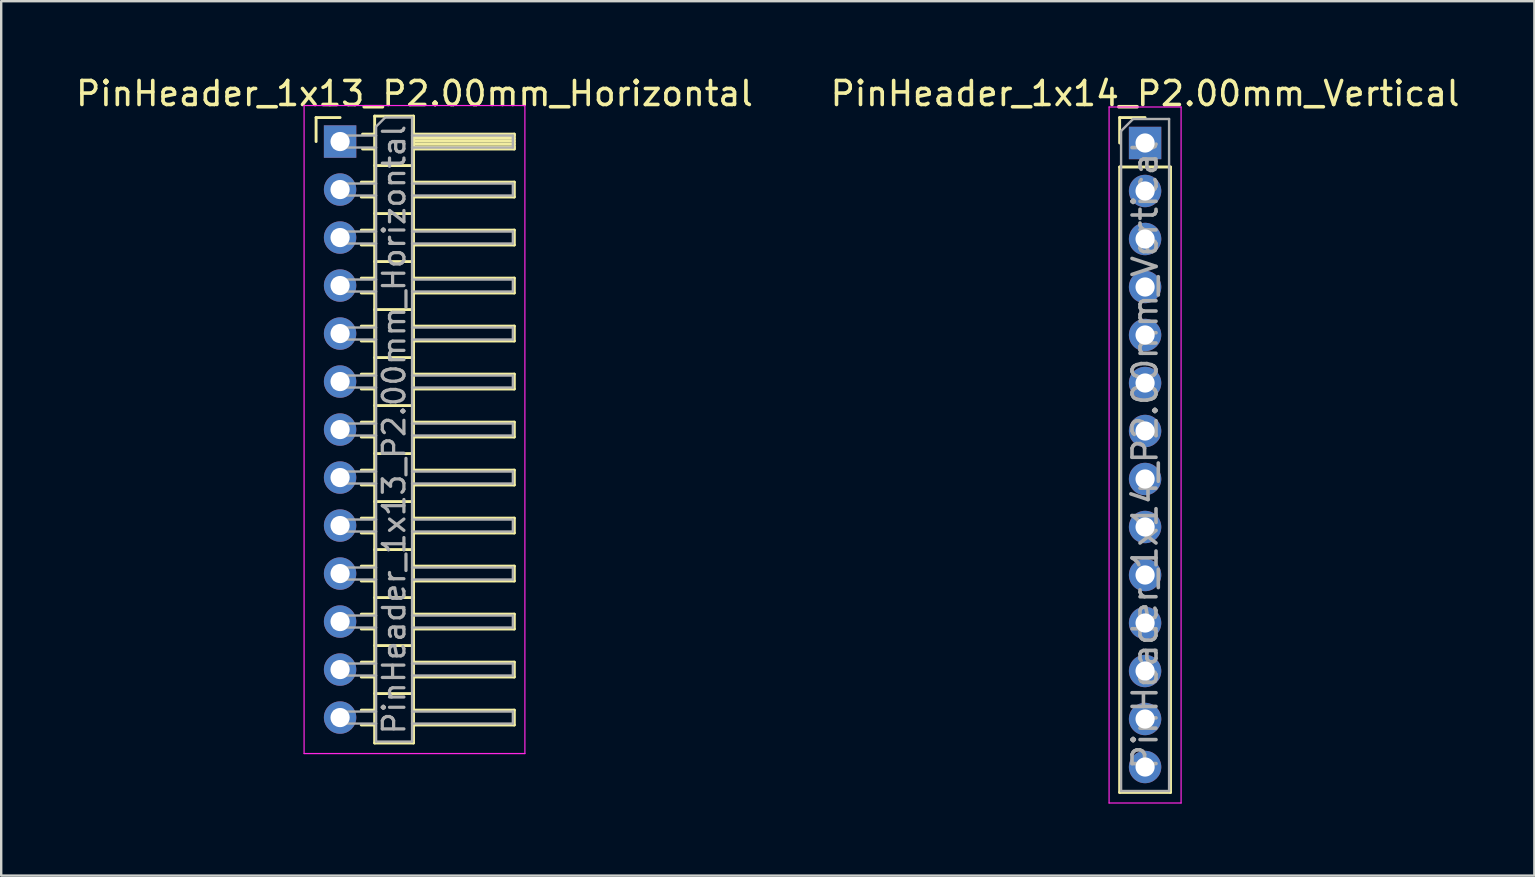
<source format=kicad_pcb>
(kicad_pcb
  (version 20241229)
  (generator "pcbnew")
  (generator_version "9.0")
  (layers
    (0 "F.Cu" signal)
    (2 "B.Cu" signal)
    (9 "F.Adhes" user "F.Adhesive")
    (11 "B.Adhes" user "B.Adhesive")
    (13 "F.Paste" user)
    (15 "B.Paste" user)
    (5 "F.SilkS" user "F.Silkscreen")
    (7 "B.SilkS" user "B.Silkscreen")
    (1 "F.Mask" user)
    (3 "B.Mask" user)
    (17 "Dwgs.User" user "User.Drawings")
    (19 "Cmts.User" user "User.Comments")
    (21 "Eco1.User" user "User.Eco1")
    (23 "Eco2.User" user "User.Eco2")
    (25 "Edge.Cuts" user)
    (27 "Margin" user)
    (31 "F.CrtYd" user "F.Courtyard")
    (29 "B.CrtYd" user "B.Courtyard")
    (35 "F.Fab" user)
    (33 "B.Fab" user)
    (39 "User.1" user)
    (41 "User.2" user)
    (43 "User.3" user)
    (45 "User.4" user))
  (footprint "PinHeader_1x14_P2.00mm_Vertical"
    (layer "F.Cu")
    (at 44.661 2.908)
    (property "Reference" "PinHeader_1x14_P2.00mm_Vertical" (at 0 -2.06 0) (layer "F.SilkS") (effects (font (size 1 1) (thickness 0.15))))
    (attr through_hole)
    (fp_line (start -1.06 -1.06) (end 0 -1.06) (stroke (width 0.12) (type solid)) (layer "F.SilkS"))
    (fp_line (start -1.06 0) (end -1.06 -1.06) (stroke (width 0.12) (type solid)) (layer "F.SilkS"))
    (fp_line (start -1.06 1) (end -1.06 27.06) (stroke (width 0.12) (type solid)) (layer "F.SilkS"))
    (fp_line (start -1.06 1) (end 1.06 1) (stroke (width 0.12) (type solid)) (layer "F.SilkS"))
    (fp_line (start -1.06 27.06) (end 1.06 27.06) (stroke (width 0.12) (type solid)) (layer "F.SilkS"))
    (fp_line (start 1.06 1) (end 1.06 27.06) (stroke (width 0.12) (type solid)) (layer "F.SilkS"))
    (fp_line (start -1.5 -1.5) (end -1.5 27.5) (stroke (width 0.05) (type solid)) (layer "F.CrtYd"))
    (fp_line (start -1.5 27.5) (end 1.5 27.5) (stroke (width 0.05) (type solid)) (layer "F.CrtYd"))
    (fp_line (start 1.5 -1.5) (end -1.5 -1.5) (stroke (width 0.05) (type solid)) (layer "F.CrtYd"))
    (fp_line (start 1.5 27.5) (end 1.5 -1.5) (stroke (width 0.05) (type solid)) (layer "F.CrtYd"))
    (fp_line (start -1 -0.5) (end -0.5 -1) (stroke (width 0.1) (type solid)) (layer "F.Fab"))
    (fp_line (start -1 27) (end -1 -0.5) (stroke (width 0.1) (type solid)) (layer "F.Fab"))
    (fp_line (start -0.5 -1) (end 1 -1) (stroke (width 0.1) (type solid)) (layer "F.Fab"))
    (fp_line (start 1 -1) (end 1 27) (stroke (width 0.1) (type solid)) (layer "F.Fab"))
    (fp_line (start 1 27) (end -1 27) (stroke (width 0.1) (type solid)) (layer "F.Fab"))
    (fp_text user "${REFERENCE}" (at 0 13 90) (layer "F.Fab") (effects (font (size 1 1) (thickness 0.15))))
    (pad "1" thru_hole rect (at 0 0) (size 1.35 1.35) (drill 0.8) (layers "*.Cu" "*.Mask"))
    (pad "2" thru_hole oval (at 0 2) (size 1.35 1.35) (drill 0.8) (layers "*.Cu" "*.Mask"))
    (pad "3" thru_hole oval (at 0 4) (size 1.35 1.35) (drill 0.8) (layers "*.Cu" "*.Mask"))
    (pad "4" thru_hole oval (at 0 6) (size 1.35 1.35) (drill 0.8) (layers "*.Cu" "*.Mask"))
    (pad "5" thru_hole oval (at 0 8) (size 1.35 1.35) (drill 0.8) (layers "*.Cu" "*.Mask"))
    (pad "6" thru_hole oval (at 0 10) (size 1.35 1.35) (drill 0.8) (layers "*.Cu" "*.Mask"))
    (pad "7" thru_hole oval (at 0 12) (size 1.35 1.35) (drill 0.8) (layers "*.Cu" "*.Mask"))
    (pad "8" thru_hole oval (at 0 14) (size 1.35 1.35) (drill 0.8) (layers "*.Cu" "*.Mask"))
    (pad "9" thru_hole oval (at 0 16) (size 1.35 1.35) (drill 0.8) (layers "*.Cu" "*.Mask"))
    (pad "10" thru_hole oval (at 0 18) (size 1.35 1.35) (drill 0.8) (layers "*.Cu" "*.Mask"))
    (pad "11" thru_hole oval (at 0 20) (size 1.35 1.35) (drill 0.8) (layers "*.Cu" "*.Mask"))
    (pad "12" thru_hole oval (at 0 22) (size 1.35 1.35) (drill 0.8) (layers "*.Cu" "*.Mask"))
    (pad "13" thru_hole oval (at 0 24) (size 1.35 1.35) (drill 0.8) (layers "*.Cu" "*.Mask"))
    (pad "14" thru_hole oval (at 0 26) (size 1.35 1.35) (drill 0.8) (layers "*.Cu" "*.Mask")))
  (footprint "PinHeader_1x13_P2.00mm_Horizontal"
    (layer "F.Cu")
    (at 11.12 2.848)
    (property "Reference" "PinHeader_1x13_P2.00mm_Horizontal" (at 3.1 -2 0) (layer "F.SilkS") (effects (font (size 1 1) (thickness 0.15))))
    (attr through_hole)
    (fp_line (start -1 -1) (end 0 -1) (stroke (width 0.12) (type solid)) (layer "F.SilkS"))
    (fp_line (start -1 0) (end -1 -1) (stroke (width 0.12) (type solid)) (layer "F.SilkS"))
    (fp_line (start 0.882 1.69) (end 1.44 1.69) (stroke (width 0.12) (type solid)) (layer "F.SilkS"))
    (fp_line (start 0.882 2.31) (end 1.44 2.31) (stroke (width 0.12) (type solid)) (layer "F.SilkS"))
    (fp_line (start 0.882 3.69) (end 1.44 3.69) (stroke (width 0.12) (type solid)) (layer "F.SilkS"))
    (fp_line (start 0.882 4.31) (end 1.44 4.31) (stroke (width 0.12) (type solid)) (layer "F.SilkS"))
    (fp_line (start 0.882 5.69) (end 1.44 5.69) (stroke (width 0.12) (type solid)) (layer "F.SilkS"))
    (fp_line (start 0.882 6.31) (end 1.44 6.31) (stroke (width 0.12) (type solid)) (layer "F.SilkS"))
    (fp_line (start 0.882 7.69) (end 1.44 7.69) (stroke (width 0.12) (type solid)) (layer "F.SilkS"))
    (fp_line (start 0.882 8.31) (end 1.44 8.31) (stroke (width 0.12) (type solid)) (layer "F.SilkS"))
    (fp_line (start 0.882 9.69) (end 1.44 9.69) (stroke (width 0.12) (type solid)) (layer "F.SilkS"))
    (fp_line (start 0.882 10.31) (end 1.44 10.31) (stroke (width 0.12) (type solid)) (layer "F.SilkS"))
    (fp_line (start 0.882 11.69) (end 1.44 11.69) (stroke (width 0.12) (type solid)) (layer "F.SilkS"))
    (fp_line (start 0.882 12.31) (end 1.44 12.31) (stroke (width 0.12) (type solid)) (layer "F.SilkS"))
    (fp_line (start 0.882 13.69) (end 1.44 13.69) (stroke (width 0.12) (type solid)) (layer "F.SilkS"))
    (fp_line (start 0.882 14.31) (end 1.44 14.31) (stroke (width 0.12) (type solid)) (layer "F.SilkS"))
    (fp_line (start 0.882 15.69) (end 1.44 15.69) (stroke (width 0.12) (type solid)) (layer "F.SilkS"))
    (fp_line (start 0.882 16.31) (end 1.44 16.31) (stroke (width 0.12) (type solid)) (layer "F.SilkS"))
    (fp_line (start 0.882 17.69) (end 1.44 17.69) (stroke (width 0.12) (type solid)) (layer "F.SilkS"))
    (fp_line (start 0.882 18.31) (end 1.44 18.31) (stroke (width 0.12) (type solid)) (layer "F.SilkS"))
    (fp_line (start 0.882 19.69) (end 1.44 19.69) (stroke (width 0.12) (type solid)) (layer "F.SilkS"))
    (fp_line (start 0.882 20.31) (end 1.44 20.31) (stroke (width 0.12) (type solid)) (layer "F.SilkS"))
    (fp_line (start 0.882 21.69) (end 1.44 21.69) (stroke (width 0.12) (type solid)) (layer "F.SilkS"))
    (fp_line (start 0.882 22.31) (end 1.44 22.31) (stroke (width 0.12) (type solid)) (layer "F.SilkS"))
    (fp_line (start 0.882 23.69) (end 1.44 23.69) (stroke (width 0.12) (type solid)) (layer "F.SilkS"))
    (fp_line (start 0.882 24.31) (end 1.44 24.31) (stroke (width 0.12) (type solid)) (layer "F.SilkS"))
    (fp_line (start 0.935 -0.31) (end 1.44 -0.31) (stroke (width 0.12) (type solid)) (layer "F.SilkS"))
    (fp_line (start 0.935 0.31) (end 1.44 0.31) (stroke (width 0.12) (type solid)) (layer "F.SilkS"))
    (fp_line (start 1.44 -1.06) (end 1.44 25.06) (stroke (width 0.12) (type solid)) (layer "F.SilkS"))
    (fp_line (start 1.44 1) (end 3.06 1) (stroke (width 0.12) (type solid)) (layer "F.SilkS"))
    (fp_line (start 1.44 3) (end 3.06 3) (stroke (width 0.12) (type solid)) (layer "F.SilkS"))
    (fp_line (start 1.44 5) (end 3.06 5) (stroke (width 0.12) (type solid)) (layer "F.SilkS"))
    (fp_line (start 1.44 7) (end 3.06 7) (stroke (width 0.12) (type solid)) (layer "F.SilkS"))
    (fp_line (start 1.44 9) (end 3.06 9) (stroke (width 0.12) (type solid)) (layer "F.SilkS"))
    (fp_line (start 1.44 11) (end 3.06 11) (stroke (width 0.12) (type solid)) (layer "F.SilkS"))
    (fp_line (start 1.44 13) (end 3.06 13) (stroke (width 0.12) (type solid)) (layer "F.SilkS"))
    (fp_line (start 1.44 15) (end 3.06 15) (stroke (width 0.12) (type solid)) (layer "F.SilkS"))
    (fp_line (start 1.44 17) (end 3.06 17) (stroke (width 0.12) (type solid)) (layer "F.SilkS"))
    (fp_line (start 1.44 19) (end 3.06 19) (stroke (width 0.12) (type solid)) (layer "F.SilkS"))
    (fp_line (start 1.44 21) (end 3.06 21) (stroke (width 0.12) (type solid)) (layer "F.SilkS"))
    (fp_line (start 1.44 23) (end 3.06 23) (stroke (width 0.12) (type solid)) (layer "F.SilkS"))
    (fp_line (start 1.44 25.06) (end 3.06 25.06) (stroke (width 0.12) (type solid)) (layer "F.SilkS"))
    (fp_line (start 3.06 -1.06) (end 1.44 -1.06) (stroke (width 0.12) (type solid)) (layer "F.SilkS"))
    (fp_line (start 3.06 -0.31) (end 7.26 -0.31) (stroke (width 0.12) (type solid)) (layer "F.SilkS"))
    (fp_line (start 3.06 -0.25) (end 7.26 -0.25) (stroke (width 0.12) (type solid)) (layer "F.SilkS"))
    (fp_line (start 3.06 -0.13) (end 7.26 -0.13) (stroke (width 0.12) (type solid)) (layer "F.SilkS"))
    (fp_line (start 3.06 -0.01) (end 7.26 -0.01) (stroke (width 0.12) (type solid)) (layer "F.SilkS"))
    (fp_line (start 3.06 0.11) (end 7.26 0.11) (stroke (width 0.12) (type solid)) (layer "F.SilkS"))
    (fp_line (start 3.06 0.23) (end 7.26 0.23) (stroke (width 0.12) (type solid)) (layer "F.SilkS"))
    (fp_line (start 3.06 1.69) (end 7.26 1.69) (stroke (width 0.12) (type solid)) (layer "F.SilkS"))
    (fp_line (start 3.06 3.69) (end 7.26 3.69) (stroke (width 0.12) (type solid)) (layer "F.SilkS"))
    (fp_line (start 3.06 5.69) (end 7.26 5.69) (stroke (width 0.12) (type solid)) (layer "F.SilkS"))
    (fp_line (start 3.06 7.69) (end 7.26 7.69) (stroke (width 0.12) (type solid)) (layer "F.SilkS"))
    (fp_line (start 3.06 9.69) (end 7.26 9.69) (stroke (width 0.12) (type solid)) (layer "F.SilkS"))
    (fp_line (start 3.06 11.69) (end 7.26 11.69) (stroke (width 0.12) (type solid)) (layer "F.SilkS"))
    (fp_line (start 3.06 13.69) (end 7.26 13.69) (stroke (width 0.12) (type solid)) (layer "F.SilkS"))
    (fp_line (start 3.06 15.69) (end 7.26 15.69) (stroke (width 0.12) (type solid)) (layer "F.SilkS"))
    (fp_line (start 3.06 17.69) (end 7.26 17.69) (stroke (width 0.12) (type solid)) (layer "F.SilkS"))
    (fp_line (start 3.06 19.69) (end 7.26 19.69) (stroke (width 0.12) (type solid)) (layer "F.SilkS"))
    (fp_line (start 3.06 21.69) (end 7.26 21.69) (stroke (width 0.12) (type solid)) (layer "F.SilkS"))
    (fp_line (start 3.06 23.69) (end 7.26 23.69) (stroke (width 0.12) (type solid)) (layer "F.SilkS"))
    (fp_line (start 3.06 25.06) (end 3.06 -1.06) (stroke (width 0.12) (type solid)) (layer "F.SilkS"))
    (fp_line (start 7.26 -0.31) (end 7.26 0.31) (stroke (width 0.12) (type solid)) (layer "F.SilkS"))
    (fp_line (start 7.26 0.31) (end 3.06 0.31) (stroke (width 0.12) (type solid)) (layer "F.SilkS"))
    (fp_line (start 7.26 1.69) (end 7.26 2.31) (stroke (width 0.12) (type solid)) (layer "F.SilkS"))
    (fp_line (start 7.26 2.31) (end 3.06 2.31) (stroke (width 0.12) (type solid)) (layer "F.SilkS"))
    (fp_line (start 7.26 3.69) (end 7.26 4.31) (stroke (width 0.12) (type solid)) (layer "F.SilkS"))
    (fp_line (start 7.26 4.31) (end 3.06 4.31) (stroke (width 0.12) (type solid)) (layer "F.SilkS"))
    (fp_line (start 7.26 5.69) (end 7.26 6.31) (stroke (width 0.12) (type solid)) (layer "F.SilkS"))
    (fp_line (start 7.26 6.31) (end 3.06 6.31) (stroke (width 0.12) (type solid)) (layer "F.SilkS"))
    (fp_line (start 7.26 7.69) (end 7.26 8.31) (stroke (width 0.12) (type solid)) (layer "F.SilkS"))
    (fp_line (start 7.26 8.31) (end 3.06 8.31) (stroke (width 0.12) (type solid)) (layer "F.SilkS"))
    (fp_line (start 7.26 9.69) (end 7.26 10.31) (stroke (width 0.12) (type solid)) (layer "F.SilkS"))
    (fp_line (start 7.26 10.31) (end 3.06 10.31) (stroke (width 0.12) (type solid)) (layer "F.SilkS"))
    (fp_line (start 7.26 11.69) (end 7.26 12.31) (stroke (width 0.12) (type solid)) (layer "F.SilkS"))
    (fp_line (start 7.26 12.31) (end 3.06 12.31) (stroke (width 0.12) (type solid)) (layer "F.SilkS"))
    (fp_line (start 7.26 13.69) (end 7.26 14.31) (stroke (width 0.12) (type solid)) (layer "F.SilkS"))
    (fp_line (start 7.26 14.31) (end 3.06 14.31) (stroke (width 0.12) (type solid)) (layer "F.SilkS"))
    (fp_line (start 7.26 15.69) (end 7.26 16.31) (stroke (width 0.12) (type solid)) (layer "F.SilkS"))
    (fp_line (start 7.26 16.31) (end 3.06 16.31) (stroke (width 0.12) (type solid)) (layer "F.SilkS"))
    (fp_line (start 7.26 17.69) (end 7.26 18.31) (stroke (width 0.12) (type solid)) (layer "F.SilkS"))
    (fp_line (start 7.26 18.31) (end 3.06 18.31) (stroke (width 0.12) (type solid)) (layer "F.SilkS"))
    (fp_line (start 7.26 19.69) (end 7.26 20.31) (stroke (width 0.12) (type solid)) (layer "F.SilkS"))
    (fp_line (start 7.26 20.31) (end 3.06 20.31) (stroke (width 0.12) (type solid)) (layer "F.SilkS"))
    (fp_line (start 7.26 21.69) (end 7.26 22.31) (stroke (width 0.12) (type solid)) (layer "F.SilkS"))
    (fp_line (start 7.26 22.31) (end 3.06 22.31) (stroke (width 0.12) (type solid)) (layer "F.SilkS"))
    (fp_line (start 7.26 23.69) (end 7.26 24.31) (stroke (width 0.12) (type solid)) (layer "F.SilkS"))
    (fp_line (start 7.26 24.31) (end 3.06 24.31) (stroke (width 0.12) (type solid)) (layer "F.SilkS"))
    (fp_line (start -1.5 -1.5) (end -1.5 25.5) (stroke (width 0.05) (type solid)) (layer "F.CrtYd"))
    (fp_line (start -1.5 25.5) (end 7.7 25.5) (stroke (width 0.05) (type solid)) (layer "F.CrtYd"))
    (fp_line (start 7.7 -1.5) (end -1.5 -1.5) (stroke (width 0.05) (type solid)) (layer "F.CrtYd"))
    (fp_line (start 7.7 25.5) (end 7.7 -1.5) (stroke (width 0.05) (type solid)) (layer "F.CrtYd"))
    (fp_line (start -0.25 -0.25) (end -0.25 0.25) (stroke (width 0.1) (type solid)) (layer "F.Fab"))
    (fp_line (start -0.25 -0.25) (end 1.5 -0.25) (stroke (width 0.1) (type solid)) (layer "F.Fab"))
    (fp_line (start -0.25 0.25) (end 1.5 0.25) (stroke (width 0.1) (type solid)) (layer "F.Fab"))
    (fp_line (start -0.25 1.75) (end -0.25 2.25) (stroke (width 0.1) (type solid)) (layer "F.Fab"))
    (fp_line (start -0.25 1.75) (end 1.5 1.75) (stroke (width 0.1) (type solid)) (layer "F.Fab"))
    (fp_line (start -0.25 2.25) (end 1.5 2.25) (stroke (width 0.1) (type solid)) (layer "F.Fab"))
    (fp_line (start -0.25 3.75) (end -0.25 4.25) (stroke (width 0.1) (type solid)) (layer "F.Fab"))
    (fp_line (start -0.25 3.75) (end 1.5 3.75) (stroke (width 0.1) (type solid)) (layer "F.Fab"))
    (fp_line (start -0.25 4.25) (end 1.5 4.25) (stroke (width 0.1) (type solid)) (layer "F.Fab"))
    (fp_line (start -0.25 5.75) (end -0.25 6.25) (stroke (width 0.1) (type solid)) (layer "F.Fab"))
    (fp_line (start -0.25 5.75) (end 1.5 5.75) (stroke (width 0.1) (type solid)) (layer "F.Fab"))
    (fp_line (start -0.25 6.25) (end 1.5 6.25) (stroke (width 0.1) (type solid)) (layer "F.Fab"))
    (fp_line (start -0.25 7.75) (end -0.25 8.25) (stroke (width 0.1) (type solid)) (layer "F.Fab"))
    (fp_line (start -0.25 7.75) (end 1.5 7.75) (stroke (width 0.1) (type solid)) (layer "F.Fab"))
    (fp_line (start -0.25 8.25) (end 1.5 8.25) (stroke (width 0.1) (type solid)) (layer "F.Fab"))
    (fp_line (start -0.25 9.75) (end -0.25 10.25) (stroke (width 0.1) (type solid)) (layer "F.Fab"))
    (fp_line (start -0.25 9.75) (end 1.5 9.75) (stroke (width 0.1) (type solid)) (layer "F.Fab"))
    (fp_line (start -0.25 10.25) (end 1.5 10.25) (stroke (width 0.1) (type solid)) (layer "F.Fab"))
    (fp_line (start -0.25 11.75) (end -0.25 12.25) (stroke (width 0.1) (type solid)) (layer "F.Fab"))
    (fp_line (start -0.25 11.75) (end 1.5 11.75) (stroke (width 0.1) (type solid)) (layer "F.Fab"))
    (fp_line (start -0.25 12.25) (end 1.5 12.25) (stroke (width 0.1) (type solid)) (layer "F.Fab"))
    (fp_line (start -0.25 13.75) (end -0.25 14.25) (stroke (width 0.1) (type solid)) (layer "F.Fab"))
    (fp_line (start -0.25 13.75) (end 1.5 13.75) (stroke (width 0.1) (type solid)) (layer "F.Fab"))
    (fp_line (start -0.25 14.25) (end 1.5 14.25) (stroke (width 0.1) (type solid)) (layer "F.Fab"))
    (fp_line (start -0.25 15.75) (end -0.25 16.25) (stroke (width 0.1) (type solid)) (layer "F.Fab"))
    (fp_line (start -0.25 15.75) (end 1.5 15.75) (stroke (width 0.1) (type solid)) (layer "F.Fab"))
    (fp_line (start -0.25 16.25) (end 1.5 16.25) (stroke (width 0.1) (type solid)) (layer "F.Fab"))
    (fp_line (start -0.25 17.75) (end -0.25 18.25) (stroke (width 0.1) (type solid)) (layer "F.Fab"))
    (fp_line (start -0.25 17.75) (end 1.5 17.75) (stroke (width 0.1) (type solid)) (layer "F.Fab"))
    (fp_line (start -0.25 18.25) (end 1.5 18.25) (stroke (width 0.1) (type solid)) (layer "F.Fab"))
    (fp_line (start -0.25 19.75) (end -0.25 20.25) (stroke (width 0.1) (type solid)) (layer "F.Fab"))
    (fp_line (start -0.25 19.75) (end 1.5 19.75) (stroke (width 0.1) (type solid)) (layer "F.Fab"))
    (fp_line (start -0.25 20.25) (end 1.5 20.25) (stroke (width 0.1) (type solid)) (layer "F.Fab"))
    (fp_line (start -0.25 21.75) (end -0.25 22.25) (stroke (width 0.1) (type solid)) (layer "F.Fab"))
    (fp_line (start -0.25 21.75) (end 1.5 21.75) (stroke (width 0.1) (type solid)) (layer "F.Fab"))
    (fp_line (start -0.25 22.25) (end 1.5 22.25) (stroke (width 0.1) (type solid)) (layer "F.Fab"))
    (fp_line (start -0.25 23.75) (end -0.25 24.25) (stroke (width 0.1) (type solid)) (layer "F.Fab"))
    (fp_line (start -0.25 23.75) (end 1.5 23.75) (stroke (width 0.1) (type solid)) (layer "F.Fab"))
    (fp_line (start -0.25 24.25) (end 1.5 24.25) (stroke (width 0.1) (type solid)) (layer "F.Fab"))
    (fp_line (start 1.5 -0.625) (end 1.875 -1) (stroke (width 0.1) (type solid)) (layer "F.Fab"))
    (fp_line (start 1.5 25) (end 1.5 -0.625) (stroke (width 0.1) (type solid)) (layer "F.Fab"))
    (fp_line (start 1.875 -1) (end 3 -1) (stroke (width 0.1) (type solid)) (layer "F.Fab"))
    (fp_line (start 3 -1) (end 3 25) (stroke (width 0.1) (type solid)) (layer "F.Fab"))
    (fp_line (start 3 -0.25) (end 7.2 -0.25) (stroke (width 0.1) (type solid)) (layer "F.Fab"))
    (fp_line (start 3 0.25) (end 7.2 0.25) (stroke (width 0.1) (type solid)) (layer "F.Fab"))
    (fp_line (start 3 1.75) (end 7.2 1.75) (stroke (width 0.1) (type solid)) (layer "F.Fab"))
    (fp_line (start 3 2.25) (end 7.2 2.25) (stroke (width 0.1) (type solid)) (layer "F.Fab"))
    (fp_line (start 3 3.75) (end 7.2 3.75) (stroke (width 0.1) (type solid)) (layer "F.Fab"))
    (fp_line (start 3 4.25) (end 7.2 4.25) (stroke (width 0.1) (type solid)) (layer "F.Fab"))
    (fp_line (start 3 5.75) (end 7.2 5.75) (stroke (width 0.1) (type solid)) (layer "F.Fab"))
    (fp_line (start 3 6.25) (end 7.2 6.25) (stroke (width 0.1) (type solid)) (layer "F.Fab"))
    (fp_line (start 3 7.75) (end 7.2 7.75) (stroke (width 0.1) (type solid)) (layer "F.Fab"))
    (fp_line (start 3 8.25) (end 7.2 8.25) (stroke (width 0.1) (type solid)) (layer "F.Fab"))
    (fp_line (start 3 9.75) (end 7.2 9.75) (stroke (width 0.1) (type solid)) (layer "F.Fab"))
    (fp_line (start 3 10.25) (end 7.2 10.25) (stroke (width 0.1) (type solid)) (layer "F.Fab"))
    (fp_line (start 3 11.75) (end 7.2 11.75) (stroke (width 0.1) (type solid)) (layer "F.Fab"))
    (fp_line (start 3 12.25) (end 7.2 12.25) (stroke (width 0.1) (type solid)) (layer "F.Fab"))
    (fp_line (start 3 13.75) (end 7.2 13.75) (stroke (width 0.1) (type solid)) (layer "F.Fab"))
    (fp_line (start 3 14.25) (end 7.2 14.25) (stroke (width 0.1) (type solid)) (layer "F.Fab"))
    (fp_line (start 3 15.75) (end 7.2 15.75) (stroke (width 0.1) (type solid)) (layer "F.Fab"))
    (fp_line (start 3 16.25) (end 7.2 16.25) (stroke (width 0.1) (type solid)) (layer "F.Fab"))
    (fp_line (start 3 17.75) (end 7.2 17.75) (stroke (width 0.1) (type solid)) (layer "F.Fab"))
    (fp_line (start 3 18.25) (end 7.2 18.25) (stroke (width 0.1) (type solid)) (layer "F.Fab"))
    (fp_line (start 3 19.75) (end 7.2 19.75) (stroke (width 0.1) (type solid)) (layer "F.Fab"))
    (fp_line (start 3 20.25) (end 7.2 20.25) (stroke (width 0.1) (type solid)) (layer "F.Fab"))
    (fp_line (start 3 21.75) (end 7.2 21.75) (stroke (width 0.1) (type solid)) (layer "F.Fab"))
    (fp_line (start 3 22.25) (end 7.2 22.25) (stroke (width 0.1) (type solid)) (layer "F.Fab"))
    (fp_line (start 3 23.75) (end 7.2 23.75) (stroke (width 0.1) (type solid)) (layer "F.Fab"))
    (fp_line (start 3 24.25) (end 7.2 24.25) (stroke (width 0.1) (type solid)) (layer "F.Fab"))
    (fp_line (start 3 25) (end 1.5 25) (stroke (width 0.1) (type solid)) (layer "F.Fab"))
    (fp_line (start 7.2 -0.25) (end 7.2 0.25) (stroke (width 0.1) (type solid)) (layer "F.Fab"))
    (fp_line (start 7.2 1.75) (end 7.2 2.25) (stroke (width 0.1) (type solid)) (layer "F.Fab"))
    (fp_line (start 7.2 3.75) (end 7.2 4.25) (stroke (width 0.1) (type solid)) (layer "F.Fab"))
    (fp_line (start 7.2 5.75) (end 7.2 6.25) (stroke (width 0.1) (type solid)) (layer "F.Fab"))
    (fp_line (start 7.2 7.75) (end 7.2 8.25) (stroke (width 0.1) (type solid)) (layer "F.Fab"))
    (fp_line (start 7.2 9.75) (end 7.2 10.25) (stroke (width 0.1) (type solid)) (layer "F.Fab"))
    (fp_line (start 7.2 11.75) (end 7.2 12.25) (stroke (width 0.1) (type solid)) (layer "F.Fab"))
    (fp_line (start 7.2 13.75) (end 7.2 14.25) (stroke (width 0.1) (type solid)) (layer "F.Fab"))
    (fp_line (start 7.2 15.75) (end 7.2 16.25) (stroke (width 0.1) (type solid)) (layer "F.Fab"))
    (fp_line (start 7.2 17.75) (end 7.2 18.25) (stroke (width 0.1) (type solid)) (layer "F.Fab"))
    (fp_line (start 7.2 19.75) (end 7.2 20.25) (stroke (width 0.1) (type solid)) (layer "F.Fab"))
    (fp_line (start 7.2 21.75) (end 7.2 22.25) (stroke (width 0.1) (type solid)) (layer "F.Fab"))
    (fp_line (start 7.2 23.75) (end 7.2 24.25) (stroke (width 0.1) (type solid)) (layer "F.Fab"))
    (fp_text user "${REFERENCE}" (at 2.25 12 90) (layer "F.Fab") (effects (font (size 0.9 0.9) (thickness 0.135))))
    (pad "1" thru_hole rect (at 0 0) (size 1.35 1.35) (drill 0.8) (layers "*.Cu" "*.Mask"))
    (pad "2" thru_hole oval (at 0 2) (size 1.35 1.35) (drill 0.8) (layers "*.Cu" "*.Mask"))
    (pad "3" thru_hole oval (at 0 4) (size 1.35 1.35) (drill 0.8) (layers "*.Cu" "*.Mask"))
    (pad "4" thru_hole oval (at 0 6) (size 1.35 1.35) (drill 0.8) (layers "*.Cu" "*.Mask"))
    (pad "5" thru_hole oval (at 0 8) (size 1.35 1.35) (drill 0.8) (layers "*.Cu" "*.Mask"))
    (pad "6" thru_hole oval (at 0 10) (size 1.35 1.35) (drill 0.8) (layers "*.Cu" "*.Mask"))
    (pad "7" thru_hole oval (at 0 12) (size 1.35 1.35) (drill 0.8) (layers "*.Cu" "*.Mask"))
    (pad "8" thru_hole oval (at 0 14) (size 1.35 1.35) (drill 0.8) (layers "*.Cu" "*.Mask"))
    (pad "9" thru_hole oval (at 0 16) (size 1.35 1.35) (drill 0.8) (layers "*.Cu" "*.Mask"))
    (pad "10" thru_hole oval (at 0 18) (size 1.35 1.35) (drill 0.8) (layers "*.Cu" "*.Mask"))
    (pad "11" thru_hole oval (at 0 20) (size 1.35 1.35) (drill 0.8) (layers "*.Cu" "*.Mask"))
    (pad "12" thru_hole oval (at 0 22) (size 1.35 1.35) (drill 0.8) (layers "*.Cu" "*.Mask"))
    (pad "13" thru_hole oval (at 0 24) (size 1.35 1.35) (drill 0.8) (layers "*.Cu" "*.Mask")))
  (gr_rect
    (start -3 -3)
    (end 60.881 33.433)
    (stroke (width 0.1) (type default))
    (fill no)
    (layer "Edge.Cuts")))
</source>
